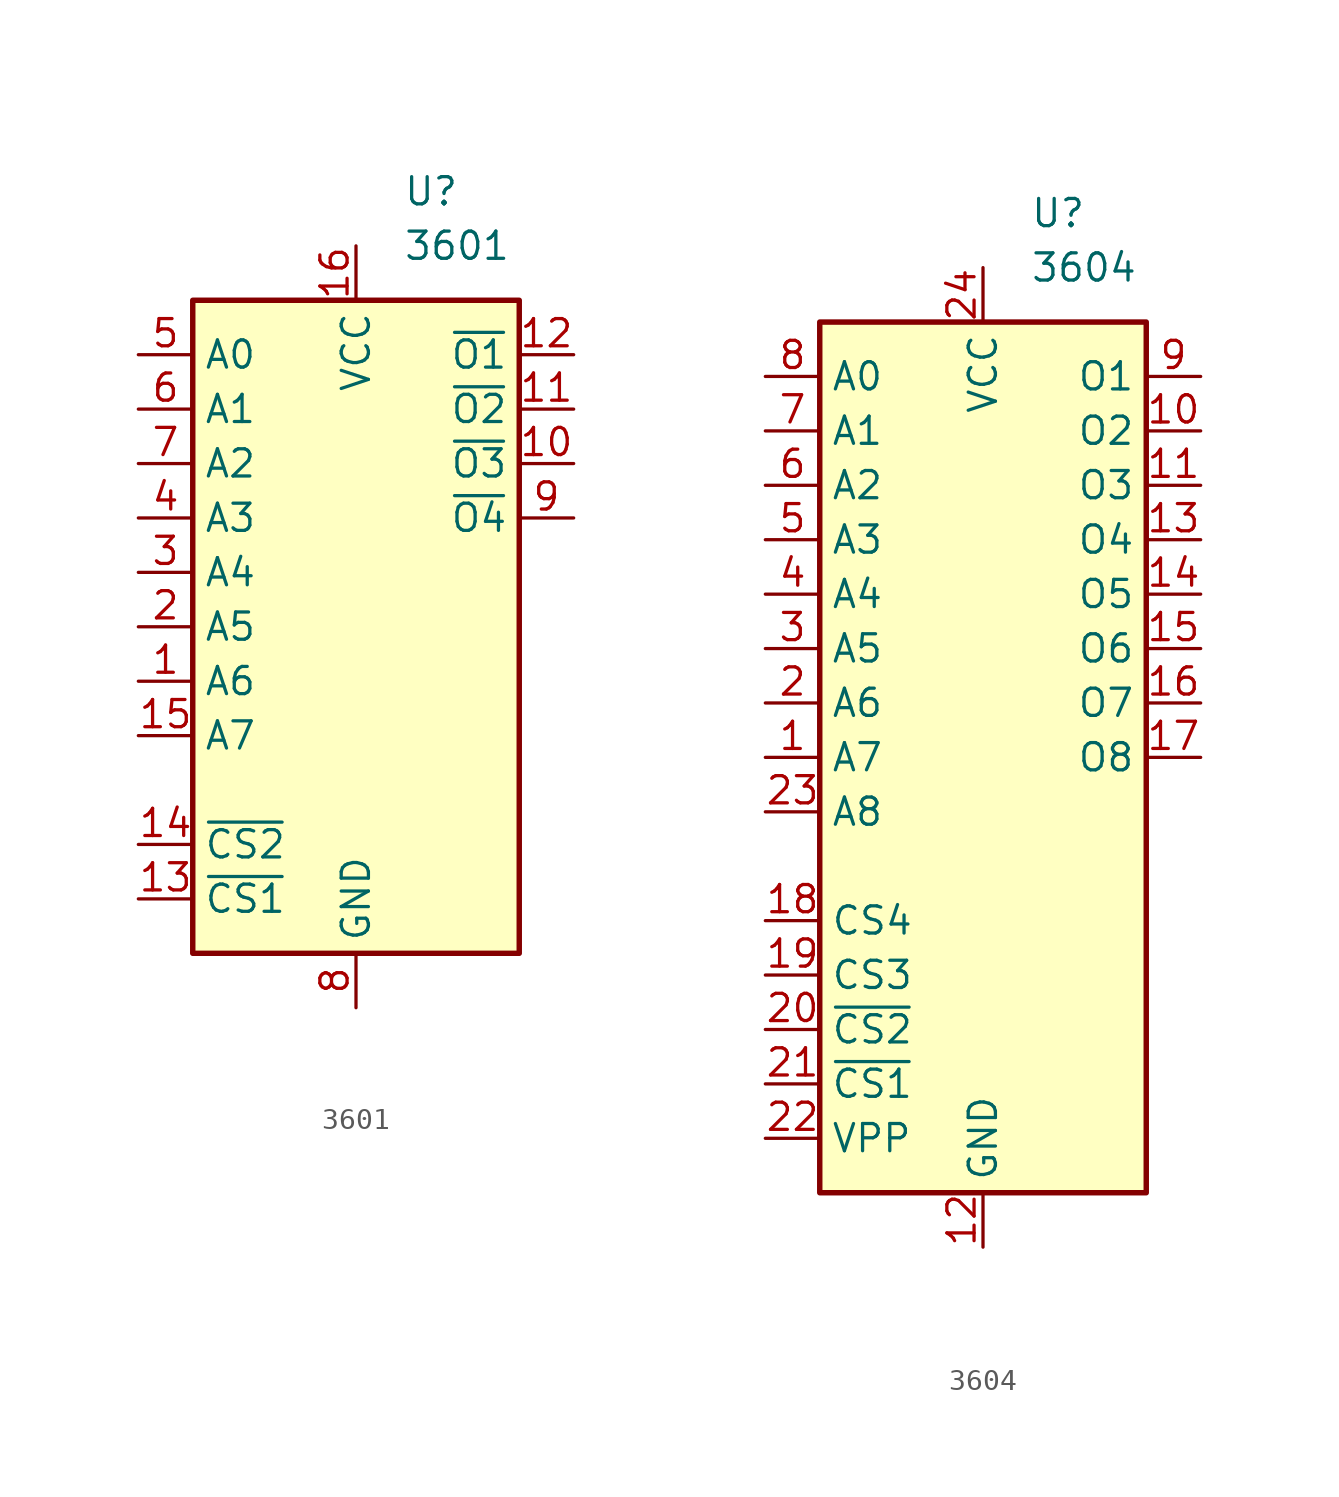
<source format=kicad_sym>
(kicad_symbol_lib
  (version 20231120)
  (generator "kicad_symbol_editor")
  (generator_version "8.0")
  (symbol "3601"
    (property "Reference" "U"
      (at 2.194 20.32 0)
      (effects (font (size 1.27 1.27)) (justify left)))
    (property "Value" "3601"
      (at 2.194 17.78 0)
      (effects (font (size 1.27 1.27)) (justify left)))
    (symbol "3601_1_1"
      (rectangle (start -7.62 15.24) (end 7.62 -15.24) (stroke (width 0.254) (type default)) (fill (type background)))
      (pin input line (at -10.16 -2.54 0) (length 2.54) (name "A6" (effects (font (size 1.27 1.27)))) (number "1" (effects (font (size 1.27 1.27)))))
      (pin open_collector line (at 10.16 7.62 180) (length 2.54) (name "~{O3}" (effects (font (size 1.27 1.27)))) (number "10" (effects (font (size 1.27 1.27)))))
      (pin open_collector line (at 10.16 10.16 180) (length 2.54) (name "~{O2}" (effects (font (size 1.27 1.27)))) (number "11" (effects (font (size 1.27 1.27)))))
      (pin open_collector line (at 10.16 12.7 180) (length 2.54) (name "~{O1}" (effects (font (size 1.27 1.27)))) (number "12" (effects (font (size 1.27 1.27)))))
      (pin input line (at -10.16 -12.7 0) (length 2.54) (name "~{CS1}" (effects (font (size 1.27 1.27)))) (number "13" (effects (font (size 1.27 1.27)))))
      (pin input line (at -10.16 -10.16 0) (length 2.54) (name "~{CS2}" (effects (font (size 1.27 1.27)))) (number "14" (effects (font (size 1.27 1.27)))))
      (pin input line (at -10.16 -5.08 0) (length 2.54) (name "A7" (effects (font (size 1.27 1.27)))) (number "15" (effects (font (size 1.27 1.27)))))
      (pin power_in line (at 0 17.78 270) (length 2.54) (name "VCC" (effects (font (size 1.27 1.27)))) (number "16" (effects (font (size 1.27 1.27)))))
      (pin input line (at -10.16 0 0) (length 2.54) (name "A5" (effects (font (size 1.27 1.27)))) (number "2" (effects (font (size 1.27 1.27)))))
      (pin input line (at -10.16 2.54 0) (length 2.54) (name "A4" (effects (font (size 1.27 1.27)))) (number "3" (effects (font (size 1.27 1.27)))))
      (pin input line (at -10.16 5.08 0) (length 2.54) (name "A3" (effects (font (size 1.27 1.27)))) (number "4" (effects (font (size 1.27 1.27)))))
      (pin input line (at -10.16 12.7 0) (length 2.54) (name "A0" (effects (font (size 1.27 1.27)))) (number "5" (effects (font (size 1.27 1.27)))))
      (pin input line (at -10.16 10.16 0) (length 2.54) (name "A1" (effects (font (size 1.27 1.27)))) (number "6" (effects (font (size 1.27 1.27)))))
      (pin input line (at -10.16 7.62 0) (length 2.54) (name "A2" (effects (font (size 1.27 1.27)))) (number "7" (effects (font (size 1.27 1.27)))))
      (pin power_in line (at 0 -17.78 90) (length 2.54) (name "GND" (effects (font (size 1.27 1.27)))) (number "8" (effects (font (size 1.27 1.27)))))
      (pin open_collector line (at 10.16 5.08 180) (length 2.54) (name "~{O4}" (effects (font (size 1.27 1.27)))) (number "9" (effects (font (size 1.27 1.27)))))))
  (symbol "3604"
    (property "Reference" "U"
      (at 2.194 25.4 0)
      (effects (font (size 1.27 1.27)) (justify left)))
    (property "Value" "3604"
      (at 2.194 22.86 0)
      (effects (font (size 1.27 1.27)) (justify left)))
    (symbol "3604_1_1"
      (rectangle (start -7.62 20.32) (end 7.62 -20.32) (stroke (width 0.254) (type default)) (fill (type background)))
      (pin input line (at -10.16 0 0) (length 2.54) (name "A7" (effects (font (size 1.27 1.27)))) (number "1" (effects (font (size 1.27 1.27)))))
      (pin open_collector line (at 10.16 15.24 180) (length 2.54) (name "O2" (effects (font (size 1.27 1.27)))) (number "10" (effects (font (size 1.27 1.27)))))
      (pin open_collector line (at 10.16 12.7 180) (length 2.54) (name "O3" (effects (font (size 1.27 1.27)))) (number "11" (effects (font (size 1.27 1.27)))))
      (pin power_in line (at 0 -22.86 90) (length 2.54) (name "GND" (effects (font (size 1.27 1.27)))) (number "12" (effects (font (size 1.27 1.27)))))
      (pin open_collector line (at 10.16 10.16 180) (length 2.54) (name "O4" (effects (font (size 1.27 1.27)))) (number "13" (effects (font (size 1.27 1.27)))))
      (pin open_collector line (at 10.16 7.62 180) (length 2.54) (name "O5" (effects (font (size 1.27 1.27)))) (number "14" (effects (font (size 1.27 1.27)))))
      (pin open_collector line (at 10.16 5.08 180) (length 2.54) (name "O6" (effects (font (size 1.27 1.27)))) (number "15" (effects (font (size 1.27 1.27)))))
      (pin open_collector line (at 10.16 2.54 180) (length 2.54) (name "O7" (effects (font (size 1.27 1.27)))) (number "16" (effects (font (size 1.27 1.27)))))
      (pin open_collector line (at 10.16 0 180) (length 2.54) (name "O8" (effects (font (size 1.27 1.27)))) (number "17" (effects (font (size 1.27 1.27)))))
      (pin input line (at -10.16 -7.62 0) (length 2.54) (name "CS4" (effects (font (size 1.27 1.27)))) (number "18" (effects (font (size 1.27 1.27)))))
      (pin input line (at -10.16 -10.16 0) (length 2.54) (name "CS3" (effects (font (size 1.27 1.27)))) (number "19" (effects (font (size 1.27 1.27)))))
      (pin input line (at -10.16 2.54 0) (length 2.54) (name "A6" (effects (font (size 1.27 1.27)))) (number "2" (effects (font (size 1.27 1.27)))))
      (pin input line (at -10.16 -12.7 0) (length 2.54) (name "~{CS2}" (effects (font (size 1.27 1.27)))) (number "20" (effects (font (size 1.27 1.27)))))
      (pin input line (at -10.16 -15.24 0) (length 2.54) (name "~{CS1}" (effects (font (size 1.27 1.27)))) (number "21" (effects (font (size 1.27 1.27)))))
      (pin input line (at -10.16 -17.78 0) (length 2.54) (name "VPP" (effects (font (size 1.27 1.27)))) (number "22" (effects (font (size 1.27 1.27)))))
      (pin input line (at -10.16 -2.54 0) (length 2.54) (name "A8" (effects (font (size 1.27 1.27)))) (number "23" (effects (font (size 1.27 1.27)))))
      (pin power_in line (at 0 22.86 270) (length 2.54) (name "VCC" (effects (font (size 1.27 1.27)))) (number "24" (effects (font (size 1.27 1.27)))))
      (pin input line (at -10.16 5.08 0) (length 2.54) (name "A5" (effects (font (size 1.27 1.27)))) (number "3" (effects (font (size 1.27 1.27)))))
      (pin input line (at -10.16 7.62 0) (length 2.54) (name "A4" (effects (font (size 1.27 1.27)))) (number "4" (effects (font (size 1.27 1.27)))))
      (pin input line (at -10.16 10.16 0) (length 2.54) (name "A3" (effects (font (size 1.27 1.27)))) (number "5" (effects (font (size 1.27 1.27)))))
      (pin input line (at -10.16 12.7 0) (length 2.54) (name "A2" (effects (font (size 1.27 1.27)))) (number "6" (effects (font (size 1.27 1.27)))))
      (pin input line (at -10.16 15.24 0) (length 2.54) (name "A1" (effects (font (size 1.27 1.27)))) (number "7" (effects (font (size 1.27 1.27)))))
      (pin input line (at -10.16 17.78 0) (length 2.54) (name "A0" (effects (font (size 1.27 1.27)))) (number "8" (effects (font (size 1.27 1.27)))))
      (pin open_collector line (at 10.16 17.78 180) (length 2.54) (name "O1" (effects (font (size 1.27 1.27)))) (number "9" (effects (font (size 1.27 1.27))))))))
</source>
